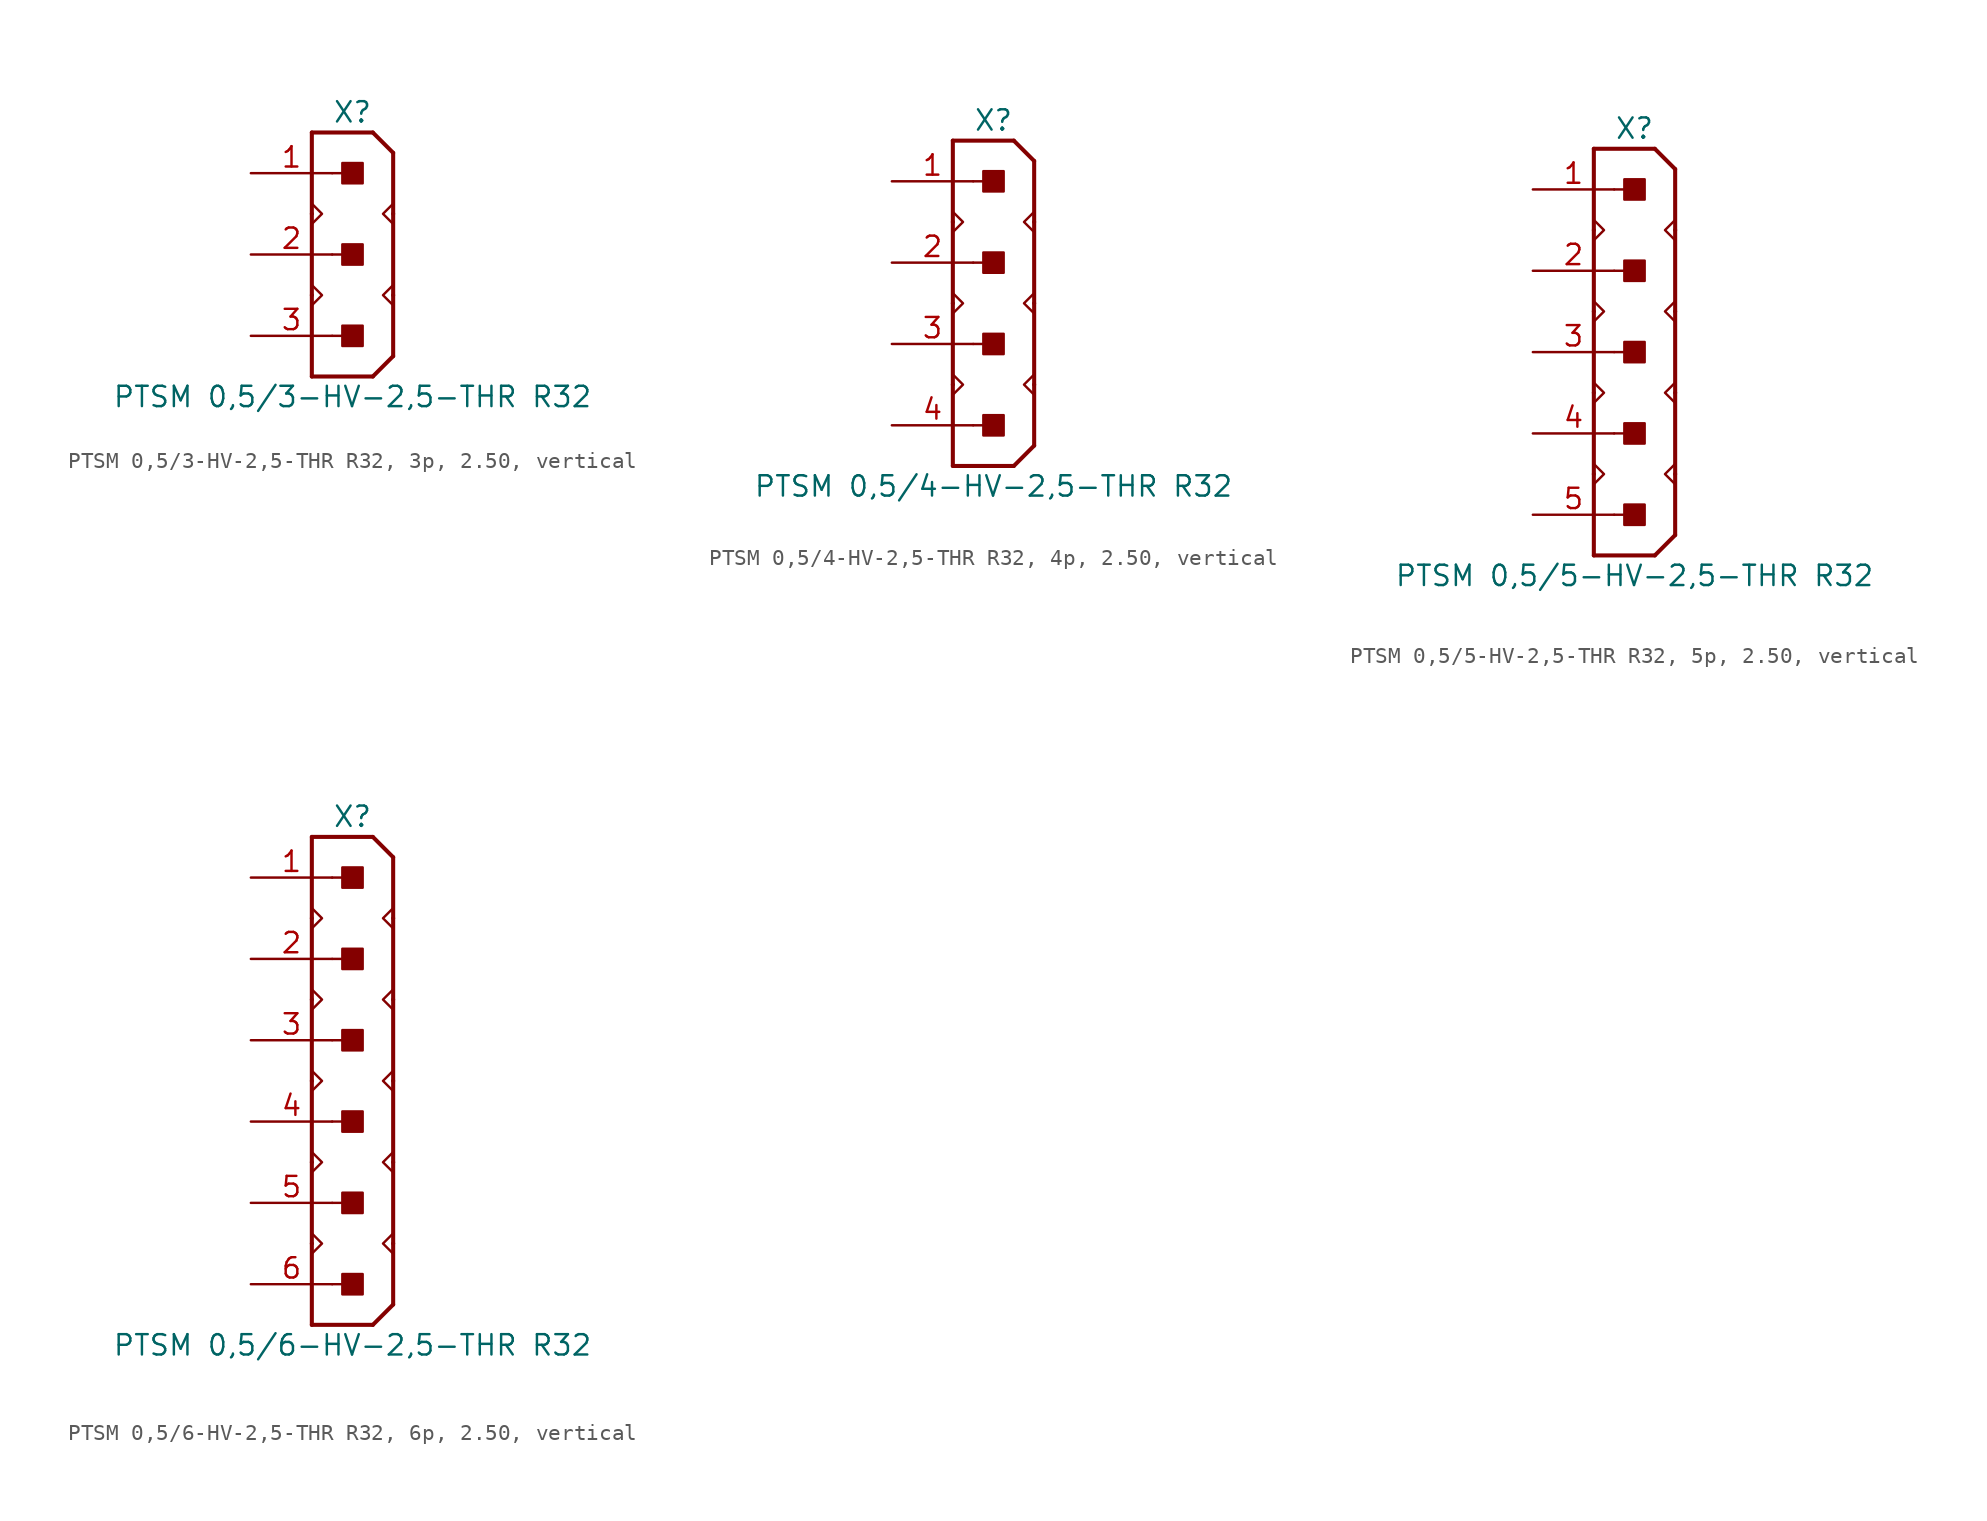
<source format=kicad_sym>
(kicad_symbol_lib
  (version 20241209)
  (generator "kicad_symbol_editor")
  (generator_version "9.0")
  (symbol "PTSM 0,5/3-HV-2,5-THR R32, 3p, 2.50, vertical"
    (pin_names
      (offset 1.016)
      (hide yes))
    (property "Reference" "X"
      (at 0 6.35 0)
      (effects (font (size 1.27 1.27))))
    (property "Value" "PTSM 0,5/3-HV-2,5-THR R32"
      (at 0 -11.43 0)
      (effects (font (size 1.27 1.27))))
    (property "Label" ""
      (at 0 0 0)
      (effects (font (size 1.27 1.27) (thickness 0.254) (bold yes))))
    (symbol "PTSM 0,5/3-HV-2,5-THR R32, 3p, 2.50, vertical_0_1"
      (polyline (pts (xy -2.54 5.08) (xy -2.54 0)) (stroke (width 0.254) (type default)) (fill (type none)))
      (polyline (pts (xy -2.54 5.08) (xy 1.27 5.08)) (stroke (width 0.254) (type default)) (fill (type none)))
      (polyline (pts (xy -2.54 0) (xy -2.54 -5.08)) (stroke (width 0.254) (type default)) (fill (type none)))
      (polyline (pts (xy -2.54 -0.635) (xy -1.905 0) (xy -2.54 0.635)) (stroke (width 0.152) (type default)) (fill (type none)))
      (polyline (pts (xy -2.54 -5.08) (xy -2.54 -10.16)) (stroke (width 0.254) (type default)) (fill (type none)))
      (polyline (pts (xy -2.54 -5.715) (xy -1.905 -5.08) (xy -2.54 -4.445)) (stroke (width 0.152) (type default)) (fill (type none)))
      (polyline (pts (xy -2.54 -10.16) (xy 1.27 -10.16)) (stroke (width 0.254) (type default)) (fill (type none)))
      (polyline (pts (xy 1.27 -10.16) (xy 2.54 -8.89)) (stroke (width 0.254) (type default)) (fill (type none)))
      (polyline (pts (xy 2.54 3.81) (xy 1.27 5.08)) (stroke (width 0.254) (type default)) (fill (type none)))
      (polyline (pts (xy 2.54 3.81) (xy 2.54 0)) (stroke (width 0.254) (type default)) (fill (type none)))
      (polyline (pts (xy 2.54 0.635) (xy 1.905 0) (xy 2.54 -0.635)) (stroke (width 0.152) (type default)) (fill (type none)))
      (polyline (pts (xy 2.54 0) (xy 2.54 -5.08)) (stroke (width 0.254) (type default)) (fill (type none)))
      (polyline (pts (xy 2.54 -4.445) (xy 1.905 -5.08) (xy 2.54 -5.715)) (stroke (width 0.152) (type default)) (fill (type none)))
      (polyline (pts (xy 2.54 -5.08) (xy 2.54 -8.89)) (stroke (width 0.254) (type default)) (fill (type none))))
    (symbol "PTSM 0,5/3-HV-2,5-THR R32, 3p, 2.50, vertical_1_0"
      (polyline (pts (xy -1.27 2.54) (xy 0 2.54)) (stroke (width 0.152) (type default)) (fill (type none)))
      (polyline (pts (xy -1.27 -2.54) (xy 0 -2.54)) (stroke (width 0.152) (type default)) (fill (type none)))
      (polyline (pts (xy -1.27 -7.62) (xy 0 -7.62)) (stroke (width 0.152) (type default)) (fill (type none))))
    (symbol "PTSM 0,5/3-HV-2,5-THR R32, 3p, 2.50, vertical_1_1"
      (rectangle (start -0.635 1.905) (end 0.635 3.175) (stroke (width 0.152) (type default)) (fill (type outline)))
      (rectangle (start -0.635 -3.175) (end 0.635 -1.905) (stroke (width 0.152) (type default)) (fill (type outline)))
      (rectangle (start -0.635 -8.255) (end 0.635 -6.985) (stroke (width 0.152) (type default)) (fill (type outline)))
      (pin passive line (at -6.35 2.54 0) (length 5.08) (name "1" (effects (font (size 1.27 1.27)))) (number "1" (effects (font (size 1.27 1.27)))))
      (pin passive line (at -6.35 -2.54 0) (length 5.08) (name "2" (effects (font (size 1.27 1.27)))) (number "2" (effects (font (size 1.27 1.27)))))
      (pin passive line (at -6.35 -7.62 0) (length 5.08) (name "3" (effects (font (size 1.27 1.27)))) (number "3" (effects (font (size 1.27 1.27)))))))
  (symbol "PTSM 0,5/4-HV-2,5-THR R32, 4p, 2.50, vertical"
    (pin_names
      (offset 1.016)
      (hide yes))
    (property "Reference" "X"
      (at 0 11.43 0)
      (effects (font (size 1.27 1.27))))
    (property "Value" "PTSM 0,5/4-HV-2,5-THR R32"
      (at 0 -11.43 0)
      (effects (font (size 1.27 1.27))))
    (property "Label" ""
      (at 0 0 0)
      (effects (font (size 1.27 1.27) (thickness 0.254) (bold yes))))
    (symbol "PTSM 0,5/4-HV-2,5-THR R32, 4p, 2.50, vertical_0_1"
      (polyline (pts (xy -2.54 10.16) (xy -2.54 5.08)) (stroke (width 0.254) (type default)) (fill (type none)))
      (polyline (pts (xy -2.54 10.16) (xy 1.27 10.16)) (stroke (width 0.254) (type default)) (fill (type none)))
      (polyline (pts (xy -2.54 5.08) (xy -2.54 0)) (stroke (width 0.254) (type default)) (fill (type none)))
      (polyline (pts (xy -2.54 4.445) (xy -1.905 5.08) (xy -2.54 5.715)) (stroke (width 0.152) (type default)) (fill (type none)))
      (polyline (pts (xy -2.54 0) (xy -2.54 -5.08)) (stroke (width 0.254) (type default)) (fill (type none)))
      (polyline (pts (xy -2.54 -0.635) (xy -1.905 0) (xy -2.54 0.635)) (stroke (width 0.152) (type default)) (fill (type none)))
      (polyline (pts (xy -2.54 -5.08) (xy -2.54 -10.16)) (stroke (width 0.254) (type default)) (fill (type none)))
      (polyline (pts (xy -2.54 -5.715) (xy -1.905 -5.08) (xy -2.54 -4.445)) (stroke (width 0.152) (type default)) (fill (type none)))
      (polyline (pts (xy -2.54 -10.16) (xy 1.27 -10.16)) (stroke (width 0.254) (type default)) (fill (type none)))
      (polyline (pts (xy 1.27 -10.16) (xy 2.54 -8.89)) (stroke (width 0.254) (type default)) (fill (type none)))
      (polyline (pts (xy 2.54 8.89) (xy 1.27 10.16)) (stroke (width 0.254) (type default)) (fill (type none)))
      (polyline (pts (xy 2.54 8.89) (xy 2.54 5.08)) (stroke (width 0.254) (type default)) (fill (type none)))
      (polyline (pts (xy 2.54 5.715) (xy 1.905 5.08) (xy 2.54 4.445)) (stroke (width 0.152) (type default)) (fill (type none)))
      (polyline (pts (xy 2.54 5.08) (xy 2.54 0)) (stroke (width 0.254) (type default)) (fill (type none)))
      (polyline (pts (xy 2.54 0.635) (xy 1.905 0) (xy 2.54 -0.635)) (stroke (width 0.152) (type default)) (fill (type none)))
      (polyline (pts (xy 2.54 0) (xy 2.54 -5.08)) (stroke (width 0.254) (type default)) (fill (type none)))
      (polyline (pts (xy 2.54 -4.445) (xy 1.905 -5.08) (xy 2.54 -5.715)) (stroke (width 0.152) (type default)) (fill (type none)))
      (polyline (pts (xy 2.54 -5.08) (xy 2.54 -8.89)) (stroke (width 0.254) (type default)) (fill (type none))))
    (symbol "PTSM 0,5/4-HV-2,5-THR R32, 4p, 2.50, vertical_1_0"
      (polyline (pts (xy -1.27 7.62) (xy 0 7.62)) (stroke (width 0.152) (type default)) (fill (type none)))
      (polyline (pts (xy -1.27 2.54) (xy 0 2.54)) (stroke (width 0.152) (type default)) (fill (type none)))
      (polyline (pts (xy -1.27 -2.54) (xy 0 -2.54)) (stroke (width 0.152) (type default)) (fill (type none)))
      (polyline (pts (xy -1.27 -7.62) (xy 0 -7.62)) (stroke (width 0.152) (type default)) (fill (type none))))
    (symbol "PTSM 0,5/4-HV-2,5-THR R32, 4p, 2.50, vertical_1_1"
      (rectangle (start -0.635 6.985) (end 0.635 8.255) (stroke (width 0.152) (type default)) (fill (type outline)))
      (rectangle (start -0.635 1.905) (end 0.635 3.175) (stroke (width 0.152) (type default)) (fill (type outline)))
      (rectangle (start -0.635 -3.175) (end 0.635 -1.905) (stroke (width 0.152) (type default)) (fill (type outline)))
      (rectangle (start -0.635 -8.255) (end 0.635 -6.985) (stroke (width 0.152) (type default)) (fill (type outline)))
      (pin passive line (at -6.35 7.62 0) (length 5.08) (name "1" (effects (font (size 1.27 1.27)))) (number "1" (effects (font (size 1.27 1.27)))))
      (pin passive line (at -6.35 2.54 0) (length 5.08) (name "2" (effects (font (size 1.27 1.27)))) (number "2" (effects (font (size 1.27 1.27)))))
      (pin passive line (at -6.35 -2.54 0) (length 5.08) (name "3" (effects (font (size 1.27 1.27)))) (number "3" (effects (font (size 1.27 1.27)))))
      (pin passive line (at -6.35 -7.62 0) (length 5.08) (name "4" (effects (font (size 1.27 1.27)))) (number "4" (effects (font (size 1.27 1.27)))))))
  (symbol "PTSM 0,5/5-HV-2,5-THR R32, 5p, 2.50, vertical"
    (pin_names
      (offset 1.016)
      (hide yes))
    (property "Reference" "X"
      (at 0 13.97 0)
      (effects (font (size 1.27 1.27))))
    (property "Value" "PTSM 0,5/5-HV-2,5-THR R32"
      (at 0 -13.97 0)
      (effects (font (size 1.27 1.27))))
    (property "Label" ""
      (at 0 0 0)
      (effects (font (size 1.27 1.27) (thickness 0.254) (bold yes))))
    (symbol "PTSM 0,5/5-HV-2,5-THR R32, 5p, 2.50, vertical_0_1"
      (polyline (pts (xy -2.54 12.7) (xy -2.54 7.62)) (stroke (width 0.254) (type default)) (fill (type none)))
      (polyline (pts (xy -2.54 12.7) (xy 1.27 12.7)) (stroke (width 0.254) (type default)) (fill (type none)))
      (polyline (pts (xy -2.54 7.62) (xy -2.54 2.54)) (stroke (width 0.254) (type default)) (fill (type none)))
      (polyline (pts (xy -2.54 6.985) (xy -1.905 7.62) (xy -2.54 8.255)) (stroke (width 0.152) (type default)) (fill (type none)))
      (polyline (pts (xy -2.54 2.54) (xy -2.54 -2.54)) (stroke (width 0.254) (type default)) (fill (type none)))
      (polyline (pts (xy -2.54 1.905) (xy -1.905 2.54) (xy -2.54 3.175)) (stroke (width 0.152) (type default)) (fill (type none)))
      (polyline (pts (xy -2.54 -2.54) (xy -2.54 -7.62)) (stroke (width 0.254) (type default)) (fill (type none)))
      (polyline (pts (xy -2.54 -3.175) (xy -1.905 -2.54) (xy -2.54 -1.905)) (stroke (width 0.152) (type default)) (fill (type none)))
      (polyline (pts (xy -2.54 -7.62) (xy -2.54 -12.7)) (stroke (width 0.254) (type default)) (fill (type none)))
      (polyline (pts (xy -2.54 -8.255) (xy -1.905 -7.62) (xy -2.54 -6.985)) (stroke (width 0.152) (type default)) (fill (type none)))
      (polyline (pts (xy -2.54 -12.7) (xy 1.27 -12.7)) (stroke (width 0.254) (type default)) (fill (type none)))
      (polyline (pts (xy 1.27 -12.7) (xy 2.54 -11.43)) (stroke (width 0.254) (type default)) (fill (type none)))
      (polyline (pts (xy 2.54 11.43) (xy 1.27 12.7)) (stroke (width 0.254) (type default)) (fill (type none)))
      (polyline (pts (xy 2.54 11.43) (xy 2.54 7.62)) (stroke (width 0.254) (type default)) (fill (type none)))
      (polyline (pts (xy 2.54 8.255) (xy 1.905 7.62) (xy 2.54 6.985)) (stroke (width 0.152) (type default)) (fill (type none)))
      (polyline (pts (xy 2.54 7.62) (xy 2.54 2.54)) (stroke (width 0.254) (type default)) (fill (type none)))
      (polyline (pts (xy 2.54 3.175) (xy 1.905 2.54) (xy 2.54 1.905)) (stroke (width 0.152) (type default)) (fill (type none)))
      (polyline (pts (xy 2.54 2.54) (xy 2.54 -2.54)) (stroke (width 0.254) (type default)) (fill (type none)))
      (polyline (pts (xy 2.54 -1.905) (xy 1.905 -2.54) (xy 2.54 -3.175)) (stroke (width 0.152) (type default)) (fill (type none)))
      (polyline (pts (xy 2.54 -2.54) (xy 2.54 -7.62)) (stroke (width 0.254) (type default)) (fill (type none)))
      (polyline (pts (xy 2.54 -6.985) (xy 1.905 -7.62) (xy 2.54 -8.255)) (stroke (width 0.152) (type default)) (fill (type none)))
      (polyline (pts (xy 2.54 -7.62) (xy 2.54 -11.43)) (stroke (width 0.254) (type default)) (fill (type none))))
    (symbol "PTSM 0,5/5-HV-2,5-THR R32, 5p, 2.50, vertical_1_0"
      (polyline (pts (xy -1.27 10.16) (xy 0 10.16)) (stroke (width 0.152) (type default)) (fill (type none)))
      (polyline (pts (xy -1.27 5.08) (xy 0 5.08)) (stroke (width 0.152) (type default)) (fill (type none)))
      (polyline (pts (xy -1.27 0) (xy 0 0)) (stroke (width 0.152) (type default)) (fill (type none)))
      (polyline (pts (xy -1.27 -5.08) (xy 0 -5.08)) (stroke (width 0.152) (type default)) (fill (type none)))
      (polyline (pts (xy -1.27 -10.16) (xy 0 -10.16)) (stroke (width 0.152) (type default)) (fill (type none))))
    (symbol "PTSM 0,5/5-HV-2,5-THR R32, 5p, 2.50, vertical_1_1"
      (rectangle (start -0.635 9.525) (end 0.635 10.795) (stroke (width 0.152) (type default)) (fill (type outline)))
      (rectangle (start -0.635 4.445) (end 0.635 5.715) (stroke (width 0.152) (type default)) (fill (type outline)))
      (rectangle (start -0.635 -0.635) (end 0.635 0.635) (stroke (width 0.152) (type default)) (fill (type outline)))
      (rectangle (start -0.635 -5.715) (end 0.635 -4.445) (stroke (width 0.152) (type default)) (fill (type outline)))
      (rectangle (start -0.635 -10.795) (end 0.635 -9.525) (stroke (width 0.152) (type default)) (fill (type outline)))
      (pin passive line (at -6.35 10.16 0) (length 5.08) (name "1" (effects (font (size 1.27 1.27)))) (number "1" (effects (font (size 1.27 1.27)))))
      (pin passive line (at -6.35 5.08 0) (length 5.08) (name "2" (effects (font (size 1.27 1.27)))) (number "2" (effects (font (size 1.27 1.27)))))
      (pin passive line (at -6.35 0 0) (length 5.08) (name "3" (effects (font (size 1.27 1.27)))) (number "3" (effects (font (size 1.27 1.27)))))
      (pin passive line (at -6.35 -5.08 0) (length 5.08) (name "4" (effects (font (size 1.27 1.27)))) (number "4" (effects (font (size 1.27 1.27)))))
      (pin passive line (at -6.35 -10.16 0) (length 5.08) (name "5" (effects (font (size 1.27 1.27)))) (number "5" (effects (font (size 1.27 1.27)))))))
  (symbol "PTSM 0,5/6-HV-2,5-THR R32, 6p, 2.50, vertical"
    (pin_names
      (offset 1.016)
      (hide yes))
    (property "Reference" "X"
      (at 0 16.51 0)
      (effects (font (size 1.27 1.27))))
    (property "Value" "PTSM 0,5/6-HV-2,5-THR R32"
      (at 0 -16.51 0)
      (effects (font (size 1.27 1.27))))
    (property "Label" ""
      (at 0 0 0)
      (effects (font (size 1.27 1.27) (thickness 0.254) (bold yes))))
    (symbol "PTSM 0,5/6-HV-2,5-THR R32, 6p, 2.50, vertical_0_1"
      (polyline (pts (xy -2.54 15.24) (xy -2.54 10.16)) (stroke (width 0.254) (type default)) (fill (type none)))
      (polyline (pts (xy -2.54 15.24) (xy 1.27 15.24)) (stroke (width 0.254) (type default)) (fill (type none)))
      (polyline (pts (xy -2.54 10.16) (xy -2.54 5.08)) (stroke (width 0.254) (type default)) (fill (type none)))
      (polyline (pts (xy -2.54 9.525) (xy -1.905 10.16) (xy -2.54 10.795)) (stroke (width 0.152) (type default)) (fill (type none)))
      (polyline (pts (xy -2.54 5.08) (xy -2.54 0)) (stroke (width 0.254) (type default)) (fill (type none)))
      (polyline (pts (xy -2.54 4.445) (xy -1.905 5.08) (xy -2.54 5.715)) (stroke (width 0.152) (type default)) (fill (type none)))
      (polyline (pts (xy -2.54 0) (xy -2.54 -5.08)) (stroke (width 0.254) (type default)) (fill (type none)))
      (polyline (pts (xy -2.54 -0.635) (xy -1.905 0) (xy -2.54 0.635)) (stroke (width 0.152) (type default)) (fill (type none)))
      (polyline (pts (xy -2.54 -5.08) (xy -2.54 -10.16)) (stroke (width 0.254) (type default)) (fill (type none)))
      (polyline (pts (xy -2.54 -5.715) (xy -1.905 -5.08) (xy -2.54 -4.445)) (stroke (width 0.152) (type default)) (fill (type none)))
      (polyline (pts (xy -2.54 -10.16) (xy -2.54 -15.24)) (stroke (width 0.254) (type default)) (fill (type none)))
      (polyline (pts (xy -2.54 -10.795) (xy -1.905 -10.16) (xy -2.54 -9.525)) (stroke (width 0.152) (type default)) (fill (type none)))
      (polyline (pts (xy -2.54 -15.24) (xy 1.27 -15.24)) (stroke (width 0.254) (type default)) (fill (type none)))
      (polyline (pts (xy 1.27 -15.24) (xy 2.54 -13.97)) (stroke (width 0.254) (type default)) (fill (type none)))
      (polyline (pts (xy 2.54 13.97) (xy 1.27 15.24)) (stroke (width 0.254) (type default)) (fill (type none)))
      (polyline (pts (xy 2.54 13.97) (xy 2.54 10.16)) (stroke (width 0.254) (type default)) (fill (type none)))
      (polyline (pts (xy 2.54 10.795) (xy 1.905 10.16) (xy 2.54 9.525)) (stroke (width 0.152) (type default)) (fill (type none)))
      (polyline (pts (xy 2.54 10.16) (xy 2.54 5.08)) (stroke (width 0.254) (type default)) (fill (type none)))
      (polyline (pts (xy 2.54 5.715) (xy 1.905 5.08) (xy 2.54 4.445)) (stroke (width 0.152) (type default)) (fill (type none)))
      (polyline (pts (xy 2.54 5.08) (xy 2.54 0)) (stroke (width 0.254) (type default)) (fill (type none)))
      (polyline (pts (xy 2.54 0.635) (xy 1.905 0) (xy 2.54 -0.635)) (stroke (width 0.152) (type default)) (fill (type none)))
      (polyline (pts (xy 2.54 0) (xy 2.54 -5.08)) (stroke (width 0.254) (type default)) (fill (type none)))
      (polyline (pts (xy 2.54 -4.445) (xy 1.905 -5.08) (xy 2.54 -5.715)) (stroke (width 0.152) (type default)) (fill (type none)))
      (polyline (pts (xy 2.54 -5.08) (xy 2.54 -10.16)) (stroke (width 0.254) (type default)) (fill (type none)))
      (polyline (pts (xy 2.54 -9.525) (xy 1.905 -10.16) (xy 2.54 -10.795)) (stroke (width 0.152) (type default)) (fill (type none)))
      (polyline (pts (xy 2.54 -10.16) (xy 2.54 -13.97)) (stroke (width 0.254) (type default)) (fill (type none))))
    (symbol "PTSM 0,5/6-HV-2,5-THR R32, 6p, 2.50, vertical_1_0"
      (polyline (pts (xy -1.27 12.7) (xy 0 12.7)) (stroke (width 0.152) (type default)) (fill (type none)))
      (polyline (pts (xy -1.27 7.62) (xy 0 7.62)) (stroke (width 0.152) (type default)) (fill (type none)))
      (polyline (pts (xy -1.27 2.54) (xy 0 2.54)) (stroke (width 0.152) (type default)) (fill (type none)))
      (polyline (pts (xy -1.27 -2.54) (xy 0 -2.54)) (stroke (width 0.152) (type default)) (fill (type none)))
      (polyline (pts (xy -1.27 -7.62) (xy 0 -7.62)) (stroke (width 0.152) (type default)) (fill (type none)))
      (polyline (pts (xy -1.27 -12.7) (xy 0 -12.7)) (stroke (width 0.152) (type default)) (fill (type none))))
    (symbol "PTSM 0,5/6-HV-2,5-THR R32, 6p, 2.50, vertical_1_1"
      (rectangle (start -0.635 12.065) (end 0.635 13.335) (stroke (width 0.152) (type default)) (fill (type outline)))
      (rectangle (start -0.635 6.985) (end 0.635 8.255) (stroke (width 0.152) (type default)) (fill (type outline)))
      (rectangle (start -0.635 1.905) (end 0.635 3.175) (stroke (width 0.152) (type default)) (fill (type outline)))
      (rectangle (start -0.635 -3.175) (end 0.635 -1.905) (stroke (width 0.152) (type default)) (fill (type outline)))
      (rectangle (start -0.635 -8.255) (end 0.635 -6.985) (stroke (width 0.152) (type default)) (fill (type outline)))
      (rectangle (start -0.635 -13.335) (end 0.635 -12.065) (stroke (width 0.152) (type default)) (fill (type outline)))
      (pin passive line (at -6.35 12.7 0) (length 5.08) (name "1" (effects (font (size 1.27 1.27)))) (number "1" (effects (font (size 1.27 1.27)))))
      (pin passive line (at -6.35 7.62 0) (length 5.08) (name "2" (effects (font (size 1.27 1.27)))) (number "2" (effects (font (size 1.27 1.27)))))
      (pin passive line (at -6.35 2.54 0) (length 5.08) (name "3" (effects (font (size 1.27 1.27)))) (number "3" (effects (font (size 1.27 1.27)))))
      (pin passive line (at -6.35 -2.54 0) (length 5.08) (name "4" (effects (font (size 1.27 1.27)))) (number "4" (effects (font (size 1.27 1.27)))))
      (pin passive line (at -6.35 -7.62 0) (length 5.08) (name "5" (effects (font (size 1.27 1.27)))) (number "5" (effects (font (size 1.27 1.27)))))
      (pin passive line (at -6.35 -12.7 0) (length 5.08) (name "6" (effects (font (size 1.27 1.27)))) (number "6" (effects (font (size 1.27 1.27))))))))
</source>
